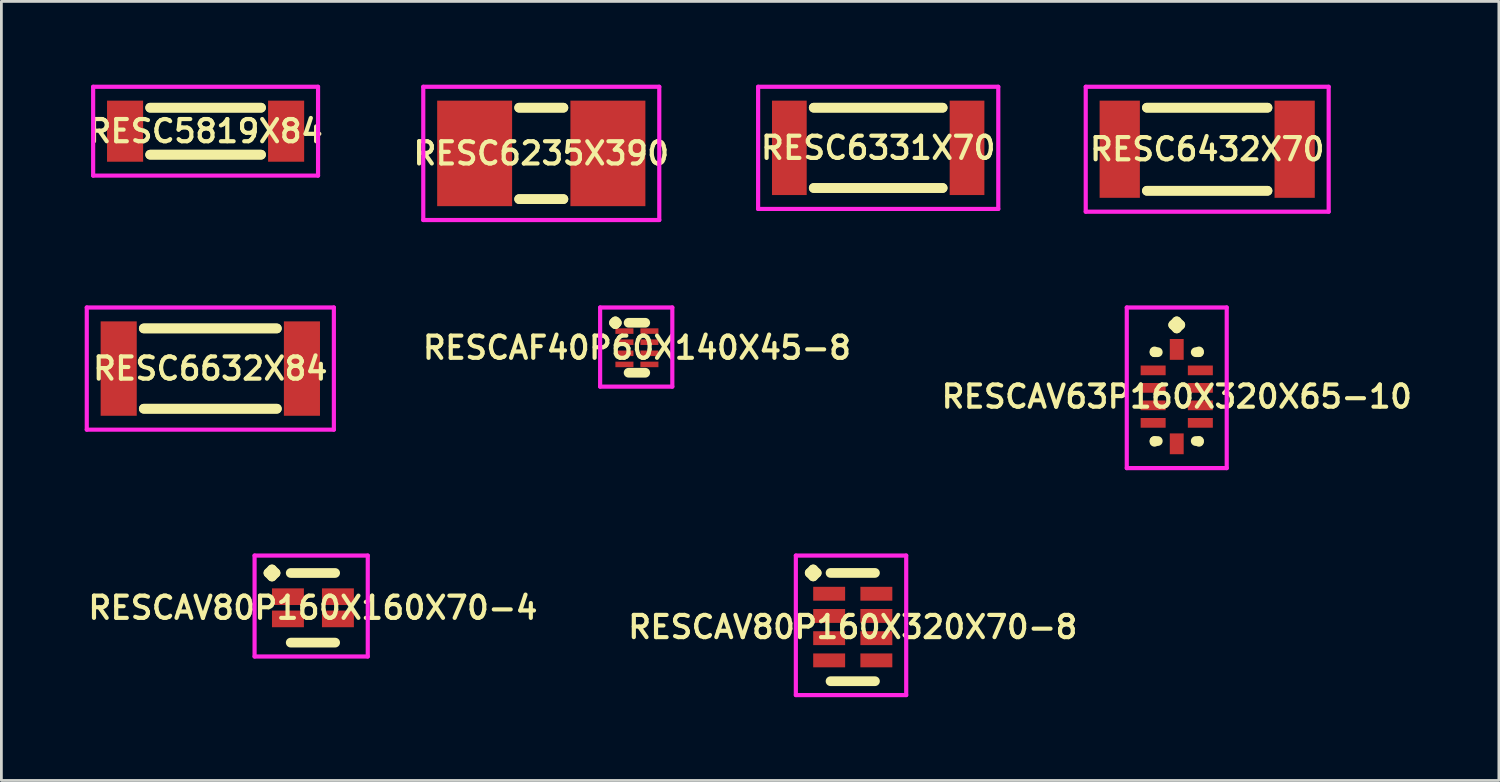
<source format=kicad_pcb>
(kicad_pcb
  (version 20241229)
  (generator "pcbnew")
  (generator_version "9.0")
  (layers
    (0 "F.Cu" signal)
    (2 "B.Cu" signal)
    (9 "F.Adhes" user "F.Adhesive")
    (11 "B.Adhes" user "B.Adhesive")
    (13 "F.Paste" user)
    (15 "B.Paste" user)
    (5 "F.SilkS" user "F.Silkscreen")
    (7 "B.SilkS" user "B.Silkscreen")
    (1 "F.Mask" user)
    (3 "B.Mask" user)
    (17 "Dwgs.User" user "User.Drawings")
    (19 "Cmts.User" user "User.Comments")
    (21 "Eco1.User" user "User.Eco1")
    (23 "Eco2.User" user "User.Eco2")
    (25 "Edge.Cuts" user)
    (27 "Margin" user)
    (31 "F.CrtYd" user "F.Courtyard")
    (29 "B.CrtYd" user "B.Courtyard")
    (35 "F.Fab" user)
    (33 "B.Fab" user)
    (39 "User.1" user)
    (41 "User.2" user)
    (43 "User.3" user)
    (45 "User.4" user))
  (footprint "RESCAV80P160X160X70-4"
    (layer "F.Cu")
    (at 8.221 18.841)
    (property "Reference" "RESCAV80P160X160X70-4" (at 0 0 0) (layer "F.SilkS") (effects (font (size 0.8 0.8) (thickness 0.15))))
    (attr through_hole)
    (fp_line (start -1.602 -1.254) (end -1.475 -1.381) (stroke (width 0.35) (type solid)) (layer "F.SilkS"))
    (fp_line (start -1.475 -1.381) (end -1.348 -1.254) (stroke (width 0.35) (type solid)) (layer "F.SilkS"))
    (fp_line (start -1.475 -1.127) (end -1.602 -1.254) (stroke (width 0.35) (type solid)) (layer "F.SilkS"))
    (fp_line (start -1.348 -1.254) (end -1.475 -1.127) (stroke (width 0.35) (type solid)) (layer "F.SilkS"))
    (fp_line (start -0.8 -1.254) (end 0.8 -1.254) (stroke (width 0.35) (type solid)) (layer "F.SilkS"))
    (fp_line (start -0.8 1.254) (end 0.8 1.254) (stroke (width 0.35) (type solid)) (layer "F.SilkS"))
    (fp_line (start -2.102 -1.881) (end 1.975 -1.881) (stroke (width 0.15) (type solid)) (layer "F.CrtYd"))
    (fp_line (start -2.102 1.754) (end -2.102 -1.881) (stroke (width 0.15) (type solid)) (layer "F.CrtYd"))
    (fp_line (start 1.975 -1.881) (end 1.975 1.754) (stroke (width 0.15) (type solid)) (layer "F.CrtYd"))
    (fp_line (start 1.975 1.754) (end -2.102 1.754) (stroke (width 0.15) (type solid)) (layer "F.CrtYd"))
    (pad "1" smd rect (at -0.9 -0.4) (size 1.15 0.6) (layers "F.Cu" "F.Mask" "F.Paste"))
    (pad "2" smd rect (at -0.9 0.4) (size 1.15 0.6) (layers "F.Cu" "F.Mask" "F.Paste"))
    (pad "3" smd rect (at 0.9 0.4) (size 1.15 0.6) (layers "F.Cu" "F.Mask" "F.Paste"))
    (pad "4" smd rect (at 0.9 -0.4) (size 1.15 0.6) (layers "F.Cu" "F.Mask" "F.Paste")))
  (footprint "RESC6331X70"
    (layer "F.Cu")
    (at 28.58 2.275)
    (property "Reference" "RESC6331X70" (at 0 0 0) (layer "F.SilkS") (effects (font (size 0.8 0.8) (thickness 0.15))))
    (attr smd)
    (fp_line (start -2.321 -1.446) (end 2.321 -1.446) (stroke (width 0.35) (type solid)) (layer "F.SilkS"))
    (fp_line (start -2.321 1.446) (end 2.321 1.446) (stroke (width 0.35) (type solid)) (layer "F.SilkS"))
    (fp_line (start 2.321 -1.446) (end -2.321 -1.446) (stroke (width 0.35) (type solid)) (layer "F.SilkS"))
    (fp_line (start 2.321 1.446) (end -2.321 1.446) (stroke (width 0.35) (type solid)) (layer "F.SilkS"))
    (fp_line (start -4.325 -2.2) (end 4.325 -2.2) (stroke (width 0.15) (type solid)) (layer "F.CrtYd"))
    (fp_line (start -4.325 2.2) (end -4.325 -2.2) (stroke (width 0.15) (type solid)) (layer "F.CrtYd"))
    (fp_line (start 4.325 -2.2) (end 4.325 2.2) (stroke (width 0.15) (type solid)) (layer "F.CrtYd"))
    (fp_line (start 4.325 2.2) (end -4.325 2.2) (stroke (width 0.15) (type solid)) (layer "F.CrtYd"))
    (pad "1" smd rect (at -3.2 0) (size 1.25 3.4) (layers "F.Cu" "F.Mask" "F.Paste"))
    (pad "2" smd rect (at 3.2 0) (size 1.25 3.4) (layers "F.Cu" "F.Mask" "F.Paste")))
  (footprint "RESCAV80P160X320X70-8"
    (layer "F.Cu")
    (at 27.664 19.535)
    (property "Reference" "RESCAV80P160X320X70-8" (at 0 0 0) (layer "F.SilkS") (effects (font (size 0.8 0.8) (thickness 0.15))))
    (attr smd)
    (fp_line (start -1.55 -1.95) (end -1.425 -2.075) (stroke (width 0.35) (type solid)) (layer "F.SilkS"))
    (fp_line (start -1.425 -2.075) (end -1.3 -1.95) (stroke (width 0.35) (type solid)) (layer "F.SilkS"))
    (fp_line (start -1.425 -1.825) (end -1.55 -1.95) (stroke (width 0.35) (type solid)) (layer "F.SilkS"))
    (fp_line (start -1.3 -1.95) (end -1.425 -1.825) (stroke (width 0.35) (type solid)) (layer "F.SilkS"))
    (fp_line (start -0.8 -1.95) (end 0.8 -1.95) (stroke (width 0.35) (type solid)) (layer "F.SilkS"))
    (fp_line (start -0.8 1.95) (end 0.8 1.95) (stroke (width 0.35) (type solid)) (layer "F.SilkS"))
    (fp_line (start -2.05 -2.575) (end 1.925 -2.575) (stroke (width 0.15) (type solid)) (layer "F.CrtYd"))
    (fp_line (start -2.05 2.45) (end -2.05 -2.575) (stroke (width 0.15) (type solid)) (layer "F.CrtYd"))
    (fp_line (start 1.925 -2.575) (end 1.925 2.45) (stroke (width 0.15) (type solid)) (layer "F.CrtYd"))
    (fp_line (start 1.925 2.45) (end -2.05 2.45) (stroke (width 0.15) (type solid)) (layer "F.CrtYd"))
    (pad "1" smd rect (at -0.85 -1.2) (size 1.15 0.5) (layers "F.Cu" "F.Mask" "F.Paste"))
    (pad "2" smd rect (at -0.85 -0.4) (size 1.15 0.5) (layers "F.Cu" "F.Mask" "F.Paste"))
    (pad "3" smd rect (at -0.85 0.4) (size 1.15 0.5) (layers "F.Cu" "F.Mask" "F.Paste"))
    (pad "4" smd rect (at -0.85 1.2) (size 1.15 0.5) (layers "F.Cu" "F.Mask" "F.Paste"))
    (pad "5" smd rect (at 0.85 1.2) (size 1.15 0.5) (layers "F.Cu" "F.Mask" "F.Paste"))
    (pad "6" smd rect (at 0.85 0.4) (size 1.15 0.5) (layers "F.Cu" "F.Mask" "F.Paste"))
    (pad "7" smd rect (at 0.85 -0.4) (size 1.15 0.5) (layers "F.Cu" "F.Mask" "F.Paste"))
    (pad "8" smd rect (at 0.85 -1.2) (size 1.15 0.5) (layers "F.Cu" "F.Mask" "F.Paste")))
  (footprint "RESC6235X390"
    (layer "F.Cu")
    (at 16.445 2.475)
    (property "Reference" "RESC6235X390" (at 0 0 0) (layer "F.SilkS") (effects (font (size 0.8 0.8) (thickness 0.15))))
    (attr smd)
    (fp_line (start -0.796 -1.646) (end 0.796 -1.646) (stroke (width 0.35) (type solid)) (layer "F.SilkS"))
    (fp_line (start -0.796 1.646) (end 0.796 1.646) (stroke (width 0.35) (type solid)) (layer "F.SilkS"))
    (fp_line (start 0.796 -1.646) (end -0.796 -1.646) (stroke (width 0.35) (type solid)) (layer "F.SilkS"))
    (fp_line (start 0.796 1.646) (end -0.796 1.646) (stroke (width 0.35) (type solid)) (layer "F.SilkS"))
    (fp_line (start -4.25 -2.4) (end 4.25 -2.4) (stroke (width 0.15) (type solid)) (layer "F.CrtYd"))
    (fp_line (start -4.25 2.4) (end -4.25 -2.4) (stroke (width 0.15) (type solid)) (layer "F.CrtYd"))
    (fp_line (start 4.25 -2.4) (end 4.25 2.4) (stroke (width 0.15) (type solid)) (layer "F.CrtYd"))
    (fp_line (start 4.25 2.4) (end -4.25 2.4) (stroke (width 0.15) (type solid)) (layer "F.CrtYd"))
    (pad "1" smd rect (at -2.4 0) (size 2.7 3.8) (layers "F.Cu" "F.Mask" "F.Paste"))
    (pad "2" smd rect (at 2.4 0) (size 2.7 3.8) (layers "F.Cu" "F.Mask" "F.Paste")))
  (footprint "RESCAF40P60X140X45-8"
    (layer "F.Cu")
    (at 19.89 9.475)
    (property "Reference" "RESCAF40P60X140X45-8" (at 0 0 0) (layer "F.SilkS") (effects (font (size 0.8 0.8) (thickness 0.15))))
    (attr through_hole)
    (fp_line (start -0.825 -0.9) (end -0.775 -0.95) (stroke (width 0.35) (type solid)) (layer "F.SilkS"))
    (fp_line (start -0.775 -0.95) (end -0.725 -0.9) (stroke (width 0.35) (type solid)) (layer "F.SilkS"))
    (fp_line (start -0.775 -0.85) (end -0.825 -0.9) (stroke (width 0.35) (type solid)) (layer "F.SilkS"))
    (fp_line (start -0.725 -0.9) (end -0.775 -0.85) (stroke (width 0.35) (type solid)) (layer "F.SilkS"))
    (fp_line (start -0.3 -0.9) (end 0.3 -0.9) (stroke (width 0.35) (type solid)) (layer "F.SilkS"))
    (fp_line (start -0.3 0.9) (end 0.3 0.9) (stroke (width 0.35) (type solid)) (layer "F.SilkS"))
    (fp_line (start -1.325 -1.45) (end 1.275 -1.45) (stroke (width 0.15) (type solid)) (layer "F.CrtYd"))
    (fp_line (start -1.325 1.4) (end -1.325 -1.45) (stroke (width 0.15) (type solid)) (layer "F.CrtYd"))
    (fp_line (start 1.275 -1.45) (end 1.275 1.4) (stroke (width 0.15) (type solid)) (layer "F.CrtYd"))
    (fp_line (start 1.275 1.4) (end -1.325 1.4) (stroke (width 0.15) (type solid)) (layer "F.CrtYd"))
    (pad "1" smd rect (at -0.45 -0.6) (size 0.65 0.2) (layers "F.Cu" "F.Mask" "F.Paste"))
    (pad "2" smd rect (at -0.45 -0.2) (size 0.65 0.2) (layers "F.Cu" "F.Mask" "F.Paste"))
    (pad "3" smd rect (at -0.45 0.2) (size 0.65 0.2) (layers "F.Cu" "F.Mask" "F.Paste"))
    (pad "4" smd rect (at -0.45 0.6) (size 0.65 0.2) (layers "F.Cu" "F.Mask" "F.Paste"))
    (pad "5" smd rect (at 0.45 0.6) (size 0.65 0.2) (layers "F.Cu" "F.Mask" "F.Paste"))
    (pad "6" smd rect (at 0.45 0.2) (size 0.65 0.2) (layers "F.Cu" "F.Mask" "F.Paste"))
    (pad "7" smd rect (at 0.45 -0.2) (size 0.65 0.2) (layers "F.Cu" "F.Mask" "F.Paste"))
    (pad "8" smd rect (at 0.45 -0.6) (size 0.65 0.2) (layers "F.Cu" "F.Mask" "F.Paste")))
  (footprint "RESC6632X84"
    (layer "F.Cu")
    (at 4.525 10.225)
    (property "Reference" "RESC6632X84" (at 0 0 0) (layer "F.SilkS") (effects (font (size 0.8 0.8) (thickness 0.15))))
    (attr smd)
    (fp_line (start -2.396 -1.446) (end 2.396 -1.446) (stroke (width 0.35) (type solid)) (layer "F.SilkS"))
    (fp_line (start -2.396 1.446) (end 2.396 1.446) (stroke (width 0.35) (type solid)) (layer "F.SilkS"))
    (fp_line (start 2.396 -1.446) (end -2.396 -1.446) (stroke (width 0.35) (type solid)) (layer "F.SilkS"))
    (fp_line (start 2.396 1.446) (end -2.396 1.446) (stroke (width 0.35) (type solid)) (layer "F.SilkS"))
    (fp_line (start -4.45 -2.2) (end 4.45 -2.2) (stroke (width 0.15) (type solid)) (layer "F.CrtYd"))
    (fp_line (start -4.45 2.2) (end -4.45 -2.2) (stroke (width 0.15) (type solid)) (layer "F.CrtYd"))
    (fp_line (start 4.45 -2.2) (end 4.45 2.2) (stroke (width 0.15) (type solid)) (layer "F.CrtYd"))
    (fp_line (start 4.45 2.2) (end -4.45 2.2) (stroke (width 0.15) (type solid)) (layer "F.CrtYd"))
    (pad "1" smd rect (at -3.3 0) (size 1.3 3.4) (layers "F.Cu" "F.Mask" "F.Paste"))
    (pad "2" smd rect (at 3.3 0) (size 1.3 3.4) (layers "F.Cu" "F.Mask" "F.Paste")))
  (footprint "RESC6432X70"
    (layer "F.Cu")
    (at 40.43 2.325)
    (property "Reference" "RESC6432X70" (at 0 0 0) (layer "F.SilkS") (effects (font (size 0.8 0.8) (thickness 0.15))))
    (attr smd)
    (fp_line (start -2.171 -1.496) (end 2.171 -1.496) (stroke (width 0.35) (type solid)) (layer "F.SilkS"))
    (fp_line (start -2.171 1.496) (end 2.171 1.496) (stroke (width 0.35) (type solid)) (layer "F.SilkS"))
    (fp_line (start 2.171 -1.496) (end -2.171 -1.496) (stroke (width 0.35) (type solid)) (layer "F.SilkS"))
    (fp_line (start 2.171 1.496) (end -2.171 1.496) (stroke (width 0.35) (type solid)) (layer "F.SilkS"))
    (fp_line (start -4.375 -2.25) (end 4.375 -2.25) (stroke (width 0.15) (type solid)) (layer "F.CrtYd"))
    (fp_line (start -4.375 2.25) (end -4.375 -2.25) (stroke (width 0.15) (type solid)) (layer "F.CrtYd"))
    (fp_line (start 4.375 -2.25) (end 4.375 2.25) (stroke (width 0.15) (type solid)) (layer "F.CrtYd"))
    (fp_line (start 4.375 2.25) (end -4.375 2.25) (stroke (width 0.15) (type solid)) (layer "F.CrtYd"))
    (pad "1" smd rect (at -3.15 0) (size 1.45 3.5) (layers "F.Cu" "F.Mask" "F.Paste"))
    (pad "2" smd rect (at 3.15 0) (size 1.45 3.5) (layers "F.Cu" "F.Mask" "F.Paste")))
  (footprint "RESC5819X84"
    (layer "F.Cu")
    (at 4.355 1.675)
    (property "Reference" "RESC5819X84" (at 0 0 0) (layer "F.SilkS") (effects (font (size 0.8 0.8) (thickness 0.15))))
    (attr smd)
    (fp_line (start -1.996 -0.846) (end 1.996 -0.846) (stroke (width 0.35) (type solid)) (layer "F.SilkS"))
    (fp_line (start -1.996 0.846) (end 1.996 0.846) (stroke (width 0.35) (type solid)) (layer "F.SilkS"))
    (fp_line (start 1.996 -0.846) (end -1.996 -0.846) (stroke (width 0.35) (type solid)) (layer "F.SilkS"))
    (fp_line (start 1.996 0.846) (end -1.996 0.846) (stroke (width 0.35) (type solid)) (layer "F.SilkS"))
    (fp_line (start -4.05 -1.6) (end 4.05 -1.6) (stroke (width 0.15) (type solid)) (layer "F.CrtYd"))
    (fp_line (start -4.05 1.6) (end -4.05 -1.6) (stroke (width 0.15) (type solid)) (layer "F.CrtYd"))
    (fp_line (start 4.05 -1.6) (end 4.05 1.6) (stroke (width 0.15) (type solid)) (layer "F.CrtYd"))
    (fp_line (start 4.05 1.6) (end -4.05 1.6) (stroke (width 0.15) (type solid)) (layer "F.CrtYd"))
    (pad "1" smd rect (at -2.9 0) (size 1.3 2.2) (layers "F.Cu" "F.Mask" "F.Paste"))
    (pad "2" smd rect (at 2.9 0) (size 1.3 2.2) (layers "F.Cu" "F.Mask" "F.Paste")))
  (footprint "RESCAV63P160X320X65-10"
    (layer "F.Cu")
    (at 39.333 11.235)
    (property "Reference" "RESCAV63P160X320X65-10" (at 0 0 0) (layer "F.SilkS") (effects (font (size 0.8 0.8) (thickness 0.15))))
    (attr smd)
    (fp_line (start -0.8 -1.628) (end -0.8 -1.6) (stroke (width 0.35) (type solid)) (layer "F.SilkS"))
    (fp_line (start -0.8 -1.6) (end -0.683 -1.6) (stroke (width 0.35) (type solid)) (layer "F.SilkS"))
    (fp_line (start -0.8 1.6) (end -0.683 1.6) (stroke (width 0.35) (type solid)) (layer "F.SilkS"))
    (fp_line (start -0.8 1.628) (end -0.8 1.6) (stroke (width 0.35) (type solid)) (layer "F.SilkS"))
    (fp_line (start -0.127 -2.583) (end 0 -2.71) (stroke (width 0.35) (type solid)) (layer "F.SilkS"))
    (fp_line (start 0 -2.71) (end 0.127 -2.583) (stroke (width 0.35) (type solid)) (layer "F.SilkS"))
    (fp_line (start 0 -2.456) (end -0.127 -2.583) (stroke (width 0.35) (type solid)) (layer "F.SilkS"))
    (fp_line (start 0.127 -2.583) (end 0 -2.456) (stroke (width 0.35) (type solid)) (layer "F.SilkS"))
    (fp_line (start 0.8 -1.628) (end 0.8 -1.6) (stroke (width 0.35) (type solid)) (layer "F.SilkS"))
    (fp_line (start 0.8 -1.6) (end 0.683 -1.6) (stroke (width 0.35) (type solid)) (layer "F.SilkS"))
    (fp_line (start 0.8 1.6) (end 0.683 1.6) (stroke (width 0.35) (type solid)) (layer "F.SilkS"))
    (fp_line (start 0.8 1.628) (end 0.8 1.6) (stroke (width 0.35) (type solid)) (layer "F.SilkS"))
    (fp_line (start -1.8 -3.21) (end 1.8 -3.21) (stroke (width 0.15) (type solid)) (layer "F.CrtYd"))
    (fp_line (start -1.8 2.575) (end -1.8 -3.21) (stroke (width 0.15) (type solid)) (layer "F.CrtYd"))
    (fp_line (start 1.8 -3.21) (end 1.8 2.575) (stroke (width 0.15) (type solid)) (layer "F.CrtYd"))
    (fp_line (start 1.8 2.575) (end -1.8 2.575) (stroke (width 0.15) (type solid)) (layer "F.CrtYd"))
    (pad "1" smd rect (at 0 -1.7) (size 0.5 0.75) (layers "F.Cu" "F.Mask" "F.Paste"))
    (pad "2" smd rect (at -0.85 -0.945) (size 0.9 0.35) (layers "F.Cu" "F.Mask" "F.Paste"))
    (pad "3" smd rect (at -0.85 -0.315) (size 0.9 0.35) (layers "F.Cu" "F.Mask" "F.Paste"))
    (pad "4" smd rect (at -0.85 0.315) (size 0.9 0.35) (layers "F.Cu" "F.Mask" "F.Paste"))
    (pad "5" smd rect (at -0.85 0.945) (size 0.9 0.35) (layers "F.Cu" "F.Mask" "F.Paste"))
    (pad "6" smd rect (at 0 1.7) (size 0.5 0.75) (layers "F.Cu" "F.Mask" "F.Paste"))
    (pad "7" smd rect (at 0.85 0.945) (size 0.9 0.35) (layers "F.Cu" "F.Mask" "F.Paste"))
    (pad "8" smd rect (at 0.85 0.315) (size 0.9 0.35) (layers "F.Cu" "F.Mask" "F.Paste"))
    (pad "9" smd rect (at 0.85 -0.315) (size 0.9 0.35) (layers "F.Cu" "F.Mask" "F.Paste"))
    (pad "10" smd rect (at 0.85 -0.945) (size 0.9 0.35) (layers "F.Cu" "F.Mask" "F.Paste")))
  (gr_rect
    (start -3 -3)
    (end 50.935 25.06)
    (stroke (width 0.1) (type default))
    (fill no)
    (layer "Edge.Cuts")))
</source>
